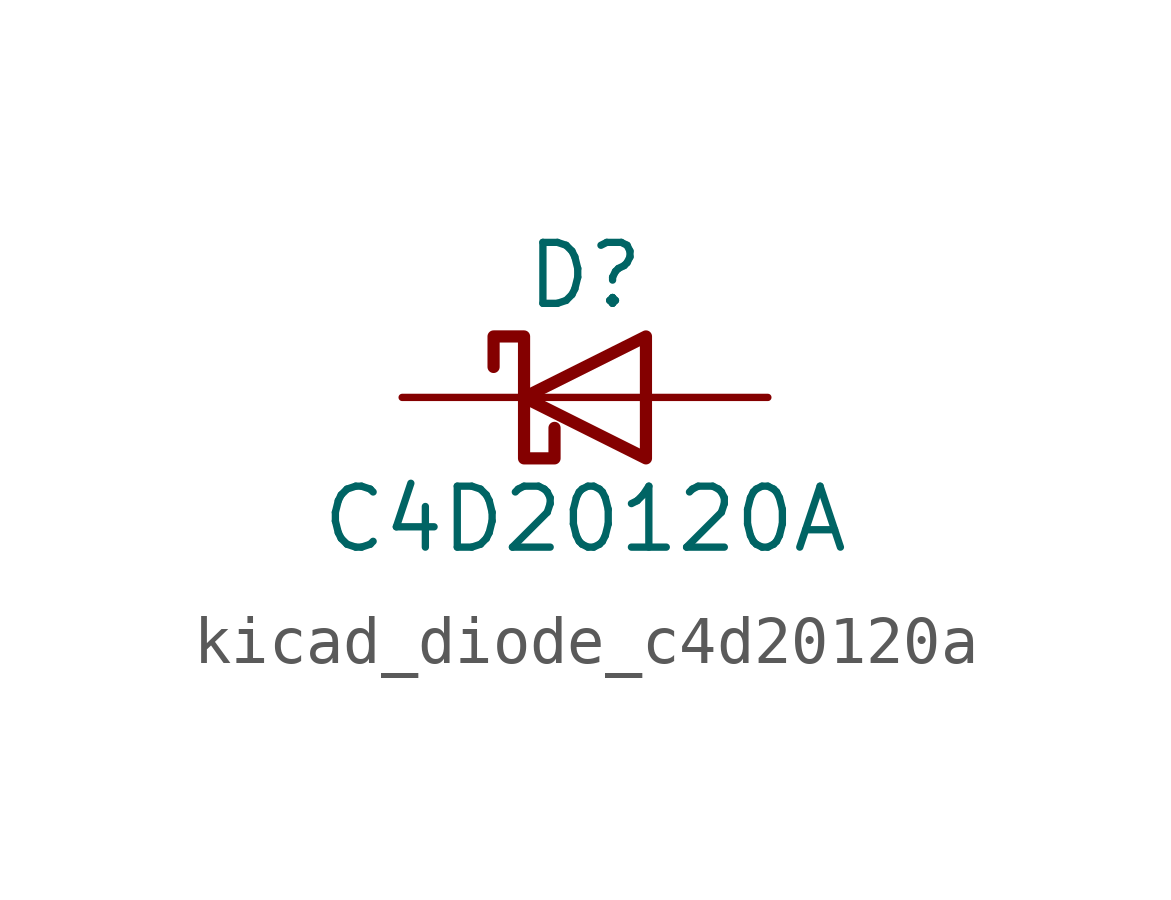
<source format=kicad_sym>
(kicad_symbol_lib
  (version 20220914)
  (generator kicad_symbol_editor)
  (symbol "kicad_diode_c4d20120a"
    (pin_numbers hide)
    (pin_names
      (offset 1.016) hide)
    (property "Reference" "D"
      (at 0 2.54 0)
      (effects (font (size 1.27 1.27))))
    (property "Value" "C4D20120A"
      (at 0 -2.54 0)
      (effects (font (size 1.27 1.27))))
    (symbol "kicad_diode_c4d20120a_0_1"
      (polyline (pts (xy 1.27 0) (xy -1.27 0)) (stroke (width 0) (type default)) (fill (type none)))
      (polyline (pts (xy 1.27 1.27) (xy 1.27 -1.27) (xy -1.27 0) (xy 1.27 1.27)) (stroke (width 0.254) (type default)) (fill (type none)))
      (polyline (pts (xy -1.905 0.635) (xy -1.905 1.27) (xy -1.27 1.27) (xy -1.27 -1.27) (xy -0.635 -1.27) (xy -0.635 -0.635)) (stroke (width 0.254) (type default)) (fill (type none))))
    (symbol "kicad_diode_c4d20120a_1_1"
      (pin passive line (at -3.81 0 0) (length 2.54) (name "K" (effects (font (size 1.27 1.27)))) (number "1" (effects (font (size 1.27 1.27)))))
      (pin passive line (at 3.81 0 180) (length 2.54) (name "A" (effects (font (size 1.27 1.27)))) (number "2" (effects (font (size 1.27 1.27))))))))
</source>
